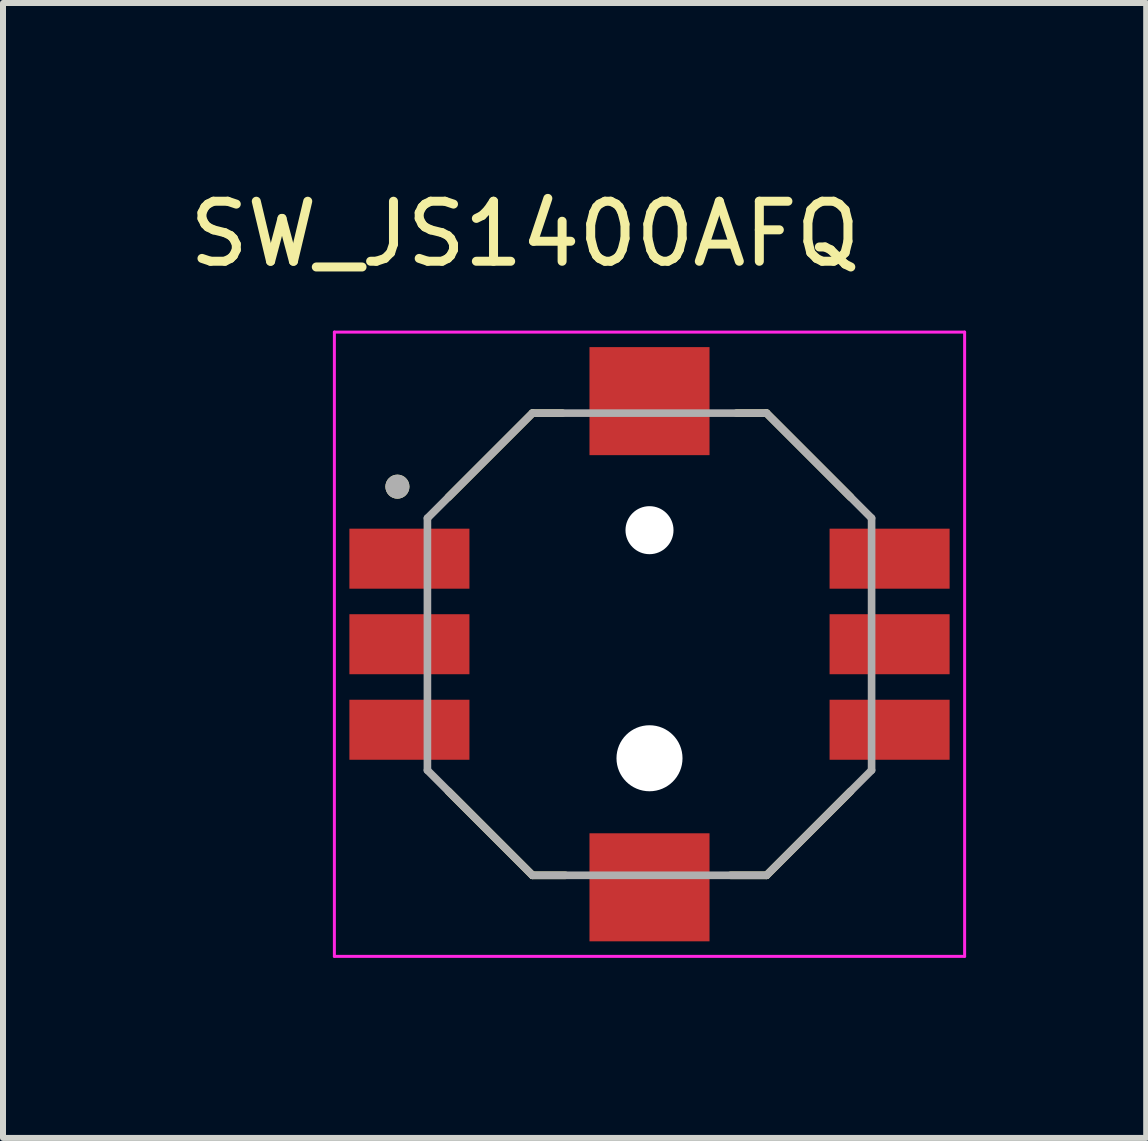
<source format=kicad_pcb>
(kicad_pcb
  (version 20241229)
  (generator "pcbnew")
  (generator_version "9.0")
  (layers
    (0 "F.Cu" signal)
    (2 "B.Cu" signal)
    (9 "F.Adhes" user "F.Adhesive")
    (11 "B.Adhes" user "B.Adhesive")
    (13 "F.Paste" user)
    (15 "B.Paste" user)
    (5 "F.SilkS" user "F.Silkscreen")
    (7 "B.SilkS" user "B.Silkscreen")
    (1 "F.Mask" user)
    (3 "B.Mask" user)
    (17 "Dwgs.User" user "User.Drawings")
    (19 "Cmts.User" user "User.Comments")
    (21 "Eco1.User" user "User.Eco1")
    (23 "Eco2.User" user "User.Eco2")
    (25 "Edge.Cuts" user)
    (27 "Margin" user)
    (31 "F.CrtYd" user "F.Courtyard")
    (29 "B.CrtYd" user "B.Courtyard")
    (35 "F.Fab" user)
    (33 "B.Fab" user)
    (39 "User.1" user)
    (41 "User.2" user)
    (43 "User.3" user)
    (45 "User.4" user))
  (footprint "SW_JS1400AFQ"
    (layer "F.Cu")
    (at 7.771 7.683)
    (property "Reference" "SW_JS1400AFQ" (at -2.075 -6.835 0) (layer "F.SilkS") (effects (font (size 1 1) (thickness 0.15))))
    (attr smd)
    (fp_line (start -1.95 -3.85) (end -3.35 -2.45) (stroke (width 0.127) (type solid)) (layer "F.SilkS"))
    (fp_line (start -1.95 3.85) (end -3.35 2.45) (stroke (width 0.127) (type solid)) (layer "F.SilkS"))
    (fp_line (start -1.45 -3.85) (end -1.95 -3.85) (stroke (width 0.127) (type solid)) (layer "F.SilkS"))
    (fp_line (start -1.4 3.85) (end -1.95 3.85) (stroke (width 0.127) (type solid)) (layer "F.SilkS"))
    (fp_line (start 1.35 3.85) (end 1.95 3.85) (stroke (width 0.127) (type solid)) (layer "F.SilkS"))
    (fp_line (start 1.45 -3.85) (end 1.95 -3.85) (stroke (width 0.127) (type solid)) (layer "F.SilkS"))
    (fp_line (start 1.95 -3.85) (end 3.35 -2.45) (stroke (width 0.127) (type solid)) (layer "F.SilkS"))
    (fp_line (start 1.95 3.85) (end 3.35 2.45) (stroke (width 0.127) (type solid)) (layer "F.SilkS"))
    (fp_circle (center -4.2 -2.625) (end -4.1 -2.625) (stroke (width 0.2) (type solid)) (fill no) (layer "F.SilkS"))
    (fp_line (start -5.25 -5.2) (end -5.25 5.2) (stroke (width 0.05) (type solid)) (layer "F.CrtYd"))
    (fp_line (start -5.25 5.2) (end 5.25 5.2) (stroke (width 0.05) (type solid)) (layer "F.CrtYd"))
    (fp_line (start 5.25 -5.2) (end -5.25 -5.2) (stroke (width 0.05) (type solid)) (layer "F.CrtYd"))
    (fp_line (start 5.25 5.2) (end 5.25 -5.2) (stroke (width 0.05) (type solid)) (layer "F.CrtYd"))
    (fp_line (start -3.7 -2.1) (end -1.95 -3.85) (stroke (width 0.127) (type solid)) (layer "F.Fab"))
    (fp_line (start -3.7 2.1) (end -3.7 -2.1) (stroke (width 0.127) (type solid)) (layer "F.Fab"))
    (fp_line (start -1.95 -3.85) (end 1.95 -3.85) (stroke (width 0.127) (type solid)) (layer "F.Fab"))
    (fp_line (start -1.95 3.85) (end -3.7 2.1) (stroke (width 0.127) (type solid)) (layer "F.Fab"))
    (fp_line (start 1.95 -3.85) (end 3.7 -2.1) (stroke (width 0.127) (type solid)) (layer "F.Fab"))
    (fp_line (start 1.95 3.85) (end -1.95 3.85) (stroke (width 0.127) (type solid)) (layer "F.Fab"))
    (fp_line (start 3.7 -2.1) (end 3.7 2.1) (stroke (width 0.127) (type solid)) (layer "F.Fab"))
    (fp_line (start 3.7 2.1) (end 1.95 3.85) (stroke (width 0.127) (type solid)) (layer "F.Fab"))
    (fp_circle (center -4.2 -2.625) (end -4.1 -2.625) (stroke (width 0.2) (type solid)) (fill no) (layer "F.Fab"))
    (pad "" np_thru_hole circle (at 0 -1.9) (size 0.8 0.8) (drill 0.8) (layers "*.Cu" "*.Mask"))
    (pad "" np_thru_hole circle (at 0 1.9) (size 1.1 1.1) (drill 1.1) (layers "*.Cu" "*.Mask"))
    (pad "1" smd rect (at -4 -1.425) (size 2 1) (layers "F.Cu" "F.Mask" "F.Paste"))
    (pad "2" smd rect (at -4 0) (size 2 1) (layers "F.Cu" "F.Mask" "F.Paste"))
    (pad "3" smd rect (at -4 1.425) (size 2 1) (layers "F.Cu" "F.Mask" "F.Paste"))
    (pad "4" smd rect (at 4 -1.425) (size 2 1) (layers "F.Cu" "F.Mask" "F.Paste"))
    (pad "5" smd rect (at 4 0) (size 2 1) (layers "F.Cu" "F.Mask" "F.Paste"))
    (pad "6" smd rect (at 4 1.425) (size 2 1) (layers "F.Cu" "F.Mask" "F.Paste"))
    (pad "G1" smd rect (at 0 -4.05) (size 2 1.8) (layers "F.Cu" "F.Mask" "F.Paste"))
    (pad "G2" smd rect (at 0 4.05) (size 2 1.8) (layers "F.Cu" "F.Mask" "F.Paste")))
  (gr_rect
    (start -3 -3)
    (end 16.046 15.908)
    (stroke (width 0.1) (type default))
    (fill no)
    (layer "Edge.Cuts")))
</source>
